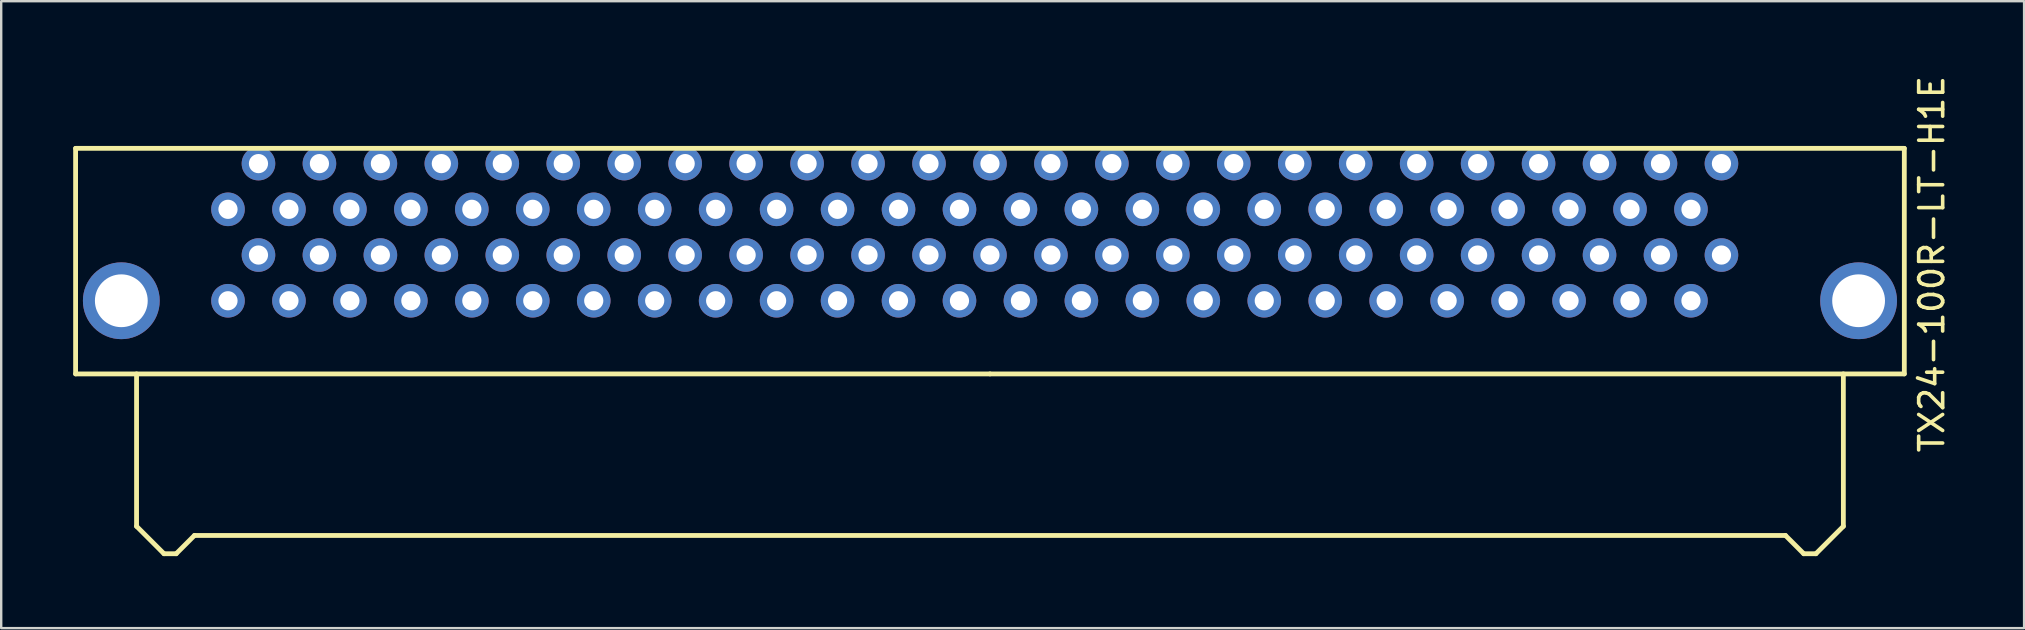
<source format=kicad_pcb>
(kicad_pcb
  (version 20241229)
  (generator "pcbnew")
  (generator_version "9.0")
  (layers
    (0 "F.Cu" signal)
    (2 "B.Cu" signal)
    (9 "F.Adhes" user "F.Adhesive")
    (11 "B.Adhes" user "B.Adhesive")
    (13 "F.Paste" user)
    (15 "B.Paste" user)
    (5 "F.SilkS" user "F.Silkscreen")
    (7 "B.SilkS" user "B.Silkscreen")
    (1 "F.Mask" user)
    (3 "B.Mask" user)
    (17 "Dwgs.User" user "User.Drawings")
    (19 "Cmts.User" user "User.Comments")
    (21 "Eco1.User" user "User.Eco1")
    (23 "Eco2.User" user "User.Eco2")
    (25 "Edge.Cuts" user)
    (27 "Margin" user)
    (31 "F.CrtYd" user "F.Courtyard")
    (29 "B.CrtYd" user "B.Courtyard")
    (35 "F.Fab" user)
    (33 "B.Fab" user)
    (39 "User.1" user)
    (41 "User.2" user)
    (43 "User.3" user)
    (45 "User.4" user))
  (footprint "TX24-100R-LT-H1E"
    (layer "F.Cu")
    (at 68.68 3.767)
    (property "Reference" "TX24-100R-LT-H1E" (at 8.763 4.191 90) (layer "F.SilkS") (effects (font (size 1 1) (thickness 0.15))))
    (attr through_hole)
    (fp_line (start -68.58 -0.635) (end -30.48 -0.635) (stroke (width 0.2) (type solid)) (layer "F.SilkS"))
    (fp_line (start -68.58 8.763) (end -68.58 -0.635) (stroke (width 0.2) (type solid)) (layer "F.SilkS"))
    (fp_line (start -66.04 15.113) (end -66.04 8.763) (stroke (width 0.2) (type solid)) (layer "F.SilkS"))
    (fp_line (start -66.04 15.113) (end -64.897 16.256) (stroke (width 0.2) (type solid)) (layer "F.SilkS"))
    (fp_line (start -64.897 16.256) (end -64.389 16.256) (stroke (width 0.2) (type solid)) (layer "F.SilkS"))
    (fp_line (start -64.389 16.256) (end -63.627 15.494) (stroke (width 0.2) (type solid)) (layer "F.SilkS"))
    (fp_line (start -30.48 -0.635) (end 7.62 -0.635) (stroke (width 0.2) (type solid)) (layer "F.SilkS"))
    (fp_line (start -30.48 8.763) (end -68.58 8.763) (stroke (width 0.2) (type solid)) (layer "F.SilkS"))
    (fp_line (start 2.667 15.494) (end -63.627 15.494) (stroke (width 0.2) (type solid)) (layer "F.SilkS"))
    (fp_line (start 2.667 15.494) (end 3.429 16.256) (stroke (width 0.2) (type solid)) (layer "F.SilkS"))
    (fp_line (start 3.937 16.256) (end 3.429 16.256) (stroke (width 0.2) (type solid)) (layer "F.SilkS"))
    (fp_line (start 5.08 15.113) (end 3.937 16.256) (stroke (width 0.2) (type solid)) (layer "F.SilkS"))
    (fp_line (start 5.08 15.113) (end 5.08 8.763) (stroke (width 0.2) (type solid)) (layer "F.SilkS"))
    (fp_line (start 7.62 -0.635) (end 7.62 8.763) (stroke (width 0.2) (type solid)) (layer "F.SilkS"))
    (fp_line (start 7.62 8.763) (end -30.48 8.763) (stroke (width 0.2) (type solid)) (layer "F.SilkS"))
    (pad "" np_thru_hole circle (at -66.675 5.715) (size 3.2 3.2) (drill 2.2) (layers "*.Cu" "*.Mask"))
    (pad "" np_thru_hole circle (at 5.715 5.715) (size 3.2 3.2) (drill 2.2) (layers "*.Cu" "*.Mask"))
    (pad "A1" thru_hole circle (at 0 0) (size 1.4 1.4) (drill 0.8) (layers "*.Cu" "*.Mask"))
    (pad "A2" thru_hole circle (at -1.27 1.905) (size 1.4 1.4) (drill 0.8) (layers "*.Cu" "*.Mask"))
    (pad "A3" thru_hole circle (at -2.54 0) (size 1.4 1.4) (drill 0.8) (layers "*.Cu" "*.Mask"))
    (pad "A4" thru_hole circle (at -3.81 1.905) (size 1.4 1.4) (drill 0.8) (layers "*.Cu" "*.Mask"))
    (pad "A5" thru_hole circle (at -5.08 0) (size 1.4 1.4) (drill 0.8) (layers "*.Cu" "*.Mask"))
    (pad "A6" thru_hole circle (at -6.35 1.905) (size 1.4 1.4) (drill 0.8) (layers "*.Cu" "*.Mask"))
    (pad "A7" thru_hole circle (at -7.62 0) (size 1.4 1.4) (drill 0.8) (layers "*.Cu" "*.Mask"))
    (pad "A8" thru_hole circle (at -8.89 1.905) (size 1.4 1.4) (drill 0.8) (layers "*.Cu" "*.Mask"))
    (pad "A9" thru_hole circle (at -10.16 0) (size 1.4 1.4) (drill 0.8) (layers "*.Cu" "*.Mask"))
    (pad "A10" thru_hole circle (at -11.43 1.905) (size 1.4 1.4) (drill 0.8) (layers "*.Cu" "*.Mask"))
    (pad "A11" thru_hole circle (at -12.7 0) (size 1.4 1.4) (drill 0.8) (layers "*.Cu" "*.Mask"))
    (pad "A12" thru_hole circle (at -13.97 1.905) (size 1.4 1.4) (drill 0.8) (layers "*.Cu" "*.Mask"))
    (pad "A13" thru_hole circle (at -15.24 0) (size 1.4 1.4) (drill 0.8) (layers "*.Cu" "*.Mask"))
    (pad "A14" thru_hole circle (at -16.51 1.905) (size 1.4 1.4) (drill 0.8) (layers "*.Cu" "*.Mask"))
    (pad "A15" thru_hole circle (at -17.78 0) (size 1.4 1.4) (drill 0.8) (layers "*.Cu" "*.Mask"))
    (pad "A16" thru_hole circle (at -19.05 1.905) (size 1.4 1.4) (drill 0.8) (layers "*.Cu" "*.Mask"))
    (pad "A17" thru_hole circle (at -20.32 0) (size 1.4 1.4) (drill 0.8) (layers "*.Cu" "*.Mask"))
    (pad "A18" thru_hole circle (at -21.59 1.905) (size 1.4 1.4) (drill 0.8) (layers "*.Cu" "*.Mask"))
    (pad "A19" thru_hole circle (at -22.86 0) (size 1.4 1.4) (drill 0.8) (layers "*.Cu" "*.Mask"))
    (pad "A20" thru_hole circle (at -24.13 1.905) (size 1.4 1.4) (drill 0.8) (layers "*.Cu" "*.Mask"))
    (pad "A21" thru_hole circle (at -25.4 0) (size 1.4 1.4) (drill 0.8) (layers "*.Cu" "*.Mask"))
    (pad "A22" thru_hole circle (at -26.67 1.905) (size 1.4 1.4) (drill 0.8) (layers "*.Cu" "*.Mask"))
    (pad "A23" thru_hole circle (at -27.94 0) (size 1.4 1.4) (drill 0.8) (layers "*.Cu" "*.Mask"))
    (pad "A24" thru_hole circle (at -29.21 1.905) (size 1.4 1.4) (drill 0.8) (layers "*.Cu" "*.Mask"))
    (pad "A25" thru_hole circle (at -30.48 0) (size 1.4 1.4) (drill 0.8) (layers "*.Cu" "*.Mask"))
    (pad "A26" thru_hole circle (at -31.75 1.905) (size 1.4 1.4) (drill 0.8) (layers "*.Cu" "*.Mask"))
    (pad "A27" thru_hole circle (at -33.02 0) (size 1.4 1.4) (drill 0.8) (layers "*.Cu" "*.Mask"))
    (pad "A28" thru_hole circle (at -34.29 1.905) (size 1.4 1.4) (drill 0.8) (layers "*.Cu" "*.Mask"))
    (pad "A29" thru_hole circle (at -35.56 0) (size 1.4 1.4) (drill 0.8) (layers "*.Cu" "*.Mask"))
    (pad "A30" thru_hole circle (at -36.83 1.905) (size 1.4 1.4) (drill 0.8) (layers "*.Cu" "*.Mask"))
    (pad "A31" thru_hole circle (at -38.1 0) (size 1.4 1.4) (drill 0.8) (layers "*.Cu" "*.Mask"))
    (pad "A32" thru_hole circle (at -39.37 1.905) (size 1.4 1.4) (drill 0.8) (layers "*.Cu" "*.Mask"))
    (pad "A33" thru_hole circle (at -40.64 0) (size 1.4 1.4) (drill 0.8) (layers "*.Cu" "*.Mask"))
    (pad "A34" thru_hole circle (at -41.91 1.905) (size 1.4 1.4) (drill 0.8) (layers "*.Cu" "*.Mask"))
    (pad "A35" thru_hole circle (at -43.18 0) (size 1.4 1.4) (drill 0.8) (layers "*.Cu" "*.Mask"))
    (pad "A36" thru_hole circle (at -44.45 1.905) (size 1.4 1.4) (drill 0.8) (layers "*.Cu" "*.Mask"))
    (pad "A37" thru_hole circle (at -45.72 0) (size 1.4 1.4) (drill 0.8) (layers "*.Cu" "*.Mask"))
    (pad "A38" thru_hole circle (at -46.99 1.905) (size 1.4 1.4) (drill 0.8) (layers "*.Cu" "*.Mask"))
    (pad "A39" thru_hole circle (at -48.26 0) (size 1.4 1.4) (drill 0.8) (layers "*.Cu" "*.Mask"))
    (pad "A40" thru_hole circle (at -49.53 1.905) (size 1.4 1.4) (drill 0.8) (layers "*.Cu" "*.Mask"))
    (pad "A41" thru_hole circle (at -50.8 0) (size 1.4 1.4) (drill 0.8) (layers "*.Cu" "*.Mask"))
    (pad "A42" thru_hole circle (at -52.07 1.905) (size 1.4 1.4) (drill 0.8) (layers "*.Cu" "*.Mask"))
    (pad "A43" thru_hole circle (at -53.34 0) (size 1.4 1.4) (drill 0.8) (layers "*.Cu" "*.Mask"))
    (pad "A44" thru_hole circle (at -54.61 1.905) (size 1.4 1.4) (drill 0.8) (layers "*.Cu" "*.Mask"))
    (pad "A45" thru_hole circle (at -55.88 0) (size 1.4 1.4) (drill 0.8) (layers "*.Cu" "*.Mask"))
    (pad "A46" thru_hole circle (at -57.15 1.905) (size 1.4 1.4) (drill 0.8) (layers "*.Cu" "*.Mask"))
    (pad "A47" thru_hole circle (at -58.42 0) (size 1.4 1.4) (drill 0.8) (layers "*.Cu" "*.Mask"))
    (pad "A48" thru_hole circle (at -59.69 1.905) (size 1.4 1.4) (drill 0.8) (layers "*.Cu" "*.Mask"))
    (pad "A49" thru_hole circle (at -60.96 0) (size 1.4 1.4) (drill 0.8) (layers "*.Cu" "*.Mask"))
    (pad "A50" thru_hole circle (at -62.23 1.905) (size 1.4 1.4) (drill 0.8) (layers "*.Cu" "*.Mask"))
    (pad "B1" thru_hole circle (at 0 3.81) (size 1.4 1.4) (drill 0.8) (layers "*.Cu" "*.Mask"))
    (pad "B2" thru_hole circle (at -1.27 5.715) (size 1.4 1.4) (drill 0.8) (layers "*.Cu" "*.Mask"))
    (pad "B3" thru_hole circle (at -2.54 3.81) (size 1.4 1.4) (drill 0.8) (layers "*.Cu" "*.Mask"))
    (pad "B4" thru_hole circle (at -3.81 5.715) (size 1.4 1.4) (drill 0.8) (layers "*.Cu" "*.Mask"))
    (pad "B5" thru_hole circle (at -5.08 3.81) (size 1.4 1.4) (drill 0.8) (layers "*.Cu" "*.Mask"))
    (pad "B6" thru_hole circle (at -6.35 5.715) (size 1.4 1.4) (drill 0.8) (layers "*.Cu" "*.Mask"))
    (pad "B7" thru_hole circle (at -7.62 3.81) (size 1.4 1.4) (drill 0.8) (layers "*.Cu" "*.Mask"))
    (pad "B8" thru_hole circle (at -8.89 5.715) (size 1.4 1.4) (drill 0.8) (layers "*.Cu" "*.Mask"))
    (pad "B9" thru_hole circle (at -10.16 3.81) (size 1.4 1.4) (drill 0.8) (layers "*.Cu" "*.Mask"))
    (pad "B10" thru_hole circle (at -11.43 5.715) (size 1.4 1.4) (drill 0.8) (layers "*.Cu" "*.Mask"))
    (pad "B11" thru_hole circle (at -12.7 3.81) (size 1.4 1.4) (drill 0.8) (layers "*.Cu" "*.Mask"))
    (pad "B12" thru_hole circle (at -13.97 5.715) (size 1.4 1.4) (drill 0.8) (layers "*.Cu" "*.Mask"))
    (pad "B13" thru_hole circle (at -15.24 3.81) (size 1.4 1.4) (drill 0.8) (layers "*.Cu" "*.Mask"))
    (pad "B14" thru_hole circle (at -16.51 5.715) (size 1.4 1.4) (drill 0.8) (layers "*.Cu" "*.Mask"))
    (pad "B15" thru_hole circle (at -17.78 3.81) (size 1.4 1.4) (drill 0.8) (layers "*.Cu" "*.Mask"))
    (pad "B16" thru_hole circle (at -19.05 5.715) (size 1.4 1.4) (drill 0.8) (layers "*.Cu" "*.Mask"))
    (pad "B17" thru_hole circle (at -20.32 3.81) (size 1.4 1.4) (drill 0.8) (layers "*.Cu" "*.Mask"))
    (pad "B18" thru_hole circle (at -21.59 5.715) (size 1.4 1.4) (drill 0.8) (layers "*.Cu" "*.Mask"))
    (pad "B19" thru_hole circle (at -22.86 3.81) (size 1.4 1.4) (drill 0.8) (layers "*.Cu" "*.Mask"))
    (pad "B20" thru_hole circle (at -24.13 5.715) (size 1.4 1.4) (drill 0.8) (layers "*.Cu" "*.Mask"))
    (pad "B21" thru_hole circle (at -25.4 3.81) (size 1.4 1.4) (drill 0.8) (layers "*.Cu" "*.Mask"))
    (pad "B22" thru_hole circle (at -26.67 5.715) (size 1.4 1.4) (drill 0.8) (layers "*.Cu" "*.Mask"))
    (pad "B23" thru_hole circle (at -27.94 3.81) (size 1.4 1.4) (drill 0.8) (layers "*.Cu" "*.Mask"))
    (pad "B24" thru_hole circle (at -29.21 5.715) (size 1.4 1.4) (drill 0.8) (layers "*.Cu" "*.Mask"))
    (pad "B25" thru_hole circle (at -30.48 3.81) (size 1.4 1.4) (drill 0.8) (layers "*.Cu" "*.Mask"))
    (pad "B26" thru_hole circle (at -31.75 5.715) (size 1.4 1.4) (drill 0.8) (layers "*.Cu" "*.Mask"))
    (pad "B27" thru_hole circle (at -33.02 3.81) (size 1.4 1.4) (drill 0.8) (layers "*.Cu" "*.Mask"))
    (pad "B28" thru_hole circle (at -34.29 5.715) (size 1.4 1.4) (drill 0.8) (layers "*.Cu" "*.Mask"))
    (pad "B29" thru_hole circle (at -35.56 3.81) (size 1.4 1.4) (drill 0.8) (layers "*.Cu" "*.Mask"))
    (pad "B30" thru_hole circle (at -36.83 5.715) (size 1.4 1.4) (drill 0.8) (layers "*.Cu" "*.Mask"))
    (pad "B31" thru_hole circle (at -38.1 3.81) (size 1.4 1.4) (drill 0.8) (layers "*.Cu" "*.Mask"))
    (pad "B32" thru_hole circle (at -39.37 5.715) (size 1.4 1.4) (drill 0.8) (layers "*.Cu" "*.Mask"))
    (pad "B33" thru_hole circle (at -40.64 3.81) (size 1.4 1.4) (drill 0.8) (layers "*.Cu" "*.Mask"))
    (pad "B34" thru_hole circle (at -41.91 5.715) (size 1.4 1.4) (drill 0.8) (layers "*.Cu" "*.Mask"))
    (pad "B35" thru_hole circle (at -43.18 3.81) (size 1.4 1.4) (drill 0.8) (layers "*.Cu" "*.Mask"))
    (pad "B36" thru_hole circle (at -44.45 5.715) (size 1.4 1.4) (drill 0.8) (layers "*.Cu" "*.Mask"))
    (pad "B37" thru_hole circle (at -45.72 3.81) (size 1.4 1.4) (drill 0.8) (layers "*.Cu" "*.Mask"))
    (pad "B38" thru_hole circle (at -46.99 5.715) (size 1.4 1.4) (drill 0.8) (layers "*.Cu" "*.Mask"))
    (pad "B39" thru_hole circle (at -48.26 3.81) (size 1.4 1.4) (drill 0.8) (layers "*.Cu" "*.Mask"))
    (pad "B40" thru_hole circle (at -49.53 5.715) (size 1.4 1.4) (drill 0.8) (layers "*.Cu" "*.Mask"))
    (pad "B41" thru_hole circle (at -50.8 3.81) (size 1.4 1.4) (drill 0.8) (layers "*.Cu" "*.Mask"))
    (pad "B42" thru_hole circle (at -52.07 5.715) (size 1.4 1.4) (drill 0.8) (layers "*.Cu" "*.Mask"))
    (pad "B43" thru_hole circle (at -53.34 3.81) (size 1.4 1.4) (drill 0.8) (layers "*.Cu" "*.Mask"))
    (pad "B44" thru_hole circle (at -54.61 5.715) (size 1.4 1.4) (drill 0.8) (layers "*.Cu" "*.Mask"))
    (pad "B45" thru_hole circle (at -55.88 3.81) (size 1.4 1.4) (drill 0.8) (layers "*.Cu" "*.Mask"))
    (pad "B46" thru_hole circle (at -57.15 5.715) (size 1.4 1.4) (drill 0.8) (layers "*.Cu" "*.Mask"))
    (pad "B47" thru_hole circle (at -58.42 3.81) (size 1.4 1.4) (drill 0.8) (layers "*.Cu" "*.Mask"))
    (pad "B48" thru_hole circle (at -59.69 5.715) (size 1.4 1.4) (drill 0.8) (layers "*.Cu" "*.Mask"))
    (pad "B49" thru_hole circle (at -60.96 3.81) (size 1.4 1.4) (drill 0.8) (layers "*.Cu" "*.Mask"))
    (pad "B50" thru_hole circle (at -62.23 5.715) (size 1.4 1.4) (drill 0.8) (layers "*.Cu" "*.Mask")))
  (gr_rect
    (start -3 -3)
    (end 81.291 23.123)
    (stroke (width 0.1) (type default))
    (fill no)
    (layer "Edge.Cuts")))
</source>
